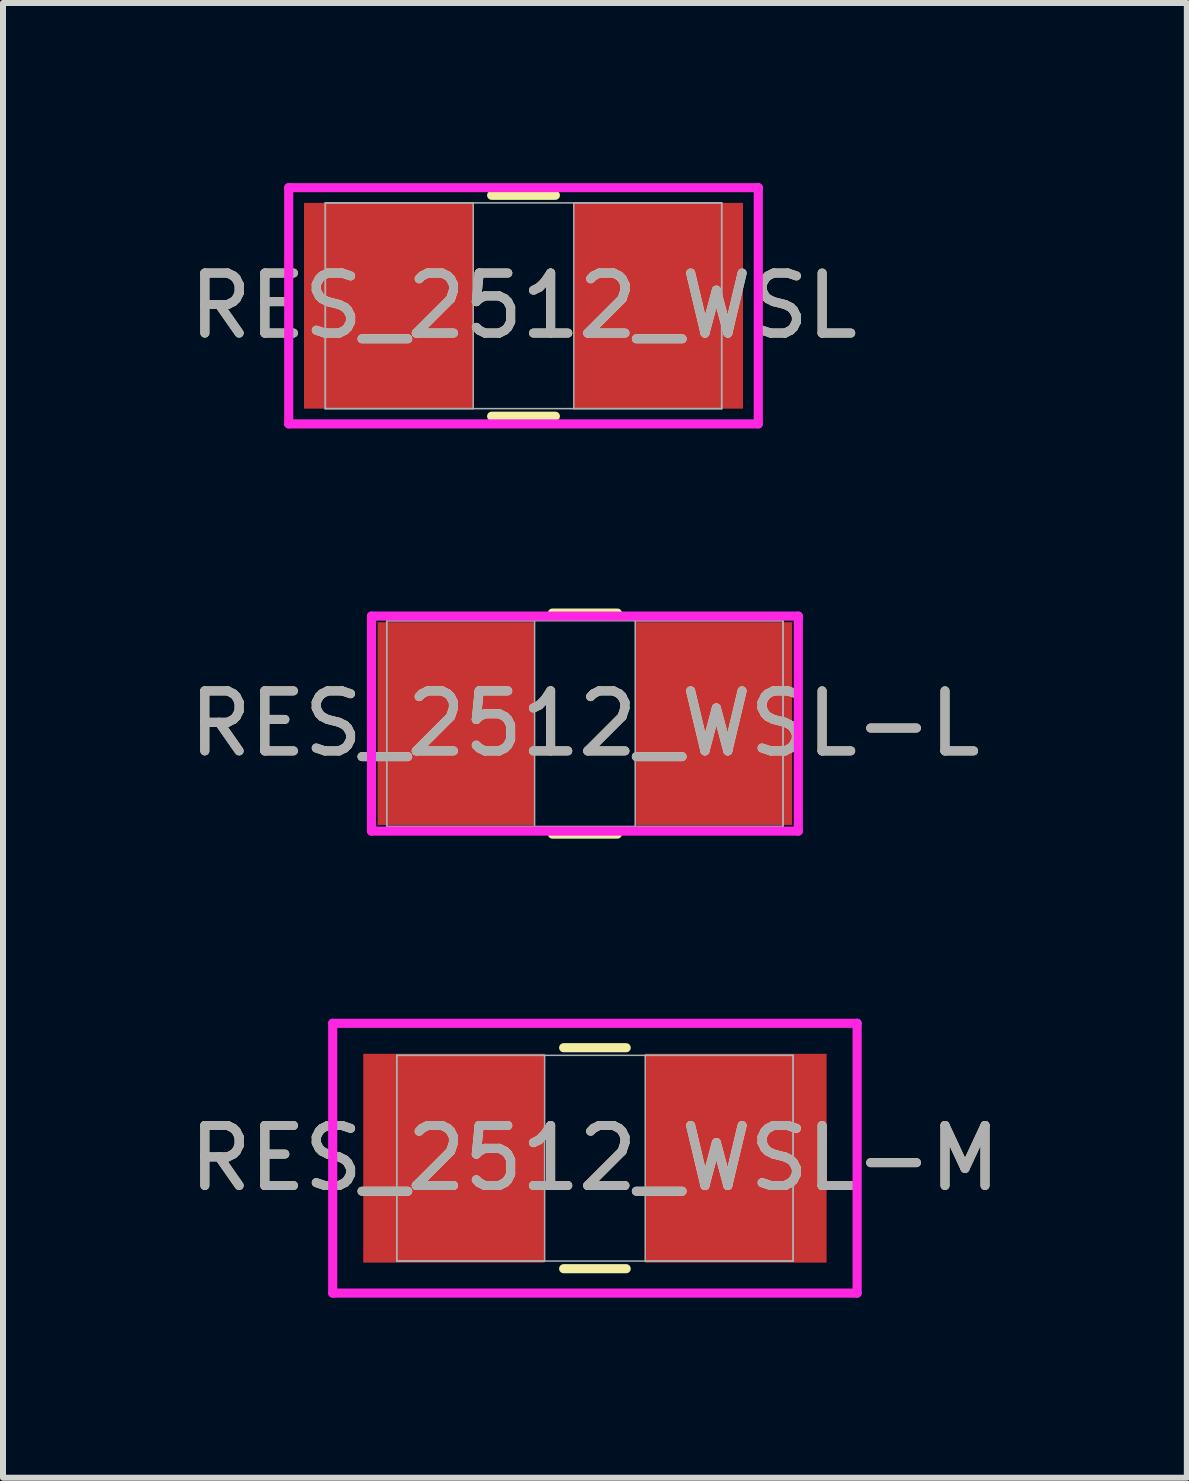
<source format=kicad_pcb>
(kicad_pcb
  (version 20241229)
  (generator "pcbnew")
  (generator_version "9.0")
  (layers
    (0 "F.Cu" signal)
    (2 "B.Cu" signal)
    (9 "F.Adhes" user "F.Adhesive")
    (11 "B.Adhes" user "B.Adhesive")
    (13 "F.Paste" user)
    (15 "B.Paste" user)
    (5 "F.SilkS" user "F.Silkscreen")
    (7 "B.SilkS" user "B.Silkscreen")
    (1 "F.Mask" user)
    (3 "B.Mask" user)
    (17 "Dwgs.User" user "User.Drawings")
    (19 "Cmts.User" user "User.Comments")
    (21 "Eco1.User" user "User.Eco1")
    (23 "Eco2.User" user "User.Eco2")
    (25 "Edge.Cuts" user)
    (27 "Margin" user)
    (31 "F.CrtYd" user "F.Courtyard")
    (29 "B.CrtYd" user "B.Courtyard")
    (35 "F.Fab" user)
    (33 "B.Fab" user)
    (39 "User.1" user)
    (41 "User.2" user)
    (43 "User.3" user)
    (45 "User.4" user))
  (footprint "RES_2512_WSL-L"
    (layer "F.Cu")
    (at 6.696 9.007)
    (property "Reference" "RES_2512_WSL-L" (at 0 0 0) (unlocked yes) (layer "F.SilkS") (effects (font (size 1 1) (thickness 0.15))))
    (attr smd)
    (fp_line (start -0.542 1.841) (end 0.542 1.841) (stroke (width 0.152) (type solid)) (layer "F.SilkS"))
    (fp_line (start 0.542 -1.841) (end -0.542 -1.841) (stroke (width 0.152) (type solid)) (layer "F.SilkS"))
    (fp_line (start -3.556 -1.791) (end 3.556 -1.791) (stroke (width 0.152) (type solid)) (layer "F.CrtYd"))
    (fp_line (start -3.556 1.791) (end -3.556 -1.791) (stroke (width 0.152) (type solid)) (layer "F.CrtYd"))
    (fp_line (start 3.556 -1.791) (end 3.556 1.791) (stroke (width 0.152) (type solid)) (layer "F.CrtYd"))
    (fp_line (start 3.556 1.791) (end -3.556 1.791) (stroke (width 0.152) (type solid)) (layer "F.CrtYd"))
    (fp_line (start -3.302 -1.714) (end -3.302 1.714) (stroke (width 0.025) (type solid)) (layer "F.Fab"))
    (fp_line (start -3.302 -1.714) (end -3.302 1.714) (stroke (width 0.025) (type solid)) (layer "F.Fab"))
    (fp_line (start -3.302 1.714) (end -0.838 1.714) (stroke (width 0.025) (type solid)) (layer "F.Fab"))
    (fp_line (start -3.302 1.714) (end 3.302 1.714) (stroke (width 0.025) (type solid)) (layer "F.Fab"))
    (fp_line (start -0.838 -1.714) (end -3.302 -1.714) (stroke (width 0.025) (type solid)) (layer "F.Fab"))
    (fp_line (start -0.838 1.714) (end -0.838 -1.714) (stroke (width 0.025) (type solid)) (layer "F.Fab"))
    (fp_line (start 0.838 -1.714) (end 0.838 1.714) (stroke (width 0.025) (type solid)) (layer "F.Fab"))
    (fp_line (start 0.838 1.714) (end 3.302 1.714) (stroke (width 0.025) (type solid)) (layer "F.Fab"))
    (fp_line (start 3.302 -1.714) (end -3.302 -1.714) (stroke (width 0.025) (type solid)) (layer "F.Fab"))
    (fp_line (start 3.302 -1.714) (end 0.838 -1.714) (stroke (width 0.025) (type solid)) (layer "F.Fab"))
    (fp_line (start 3.302 1.714) (end 3.302 -1.714) (stroke (width 0.025) (type solid)) (layer "F.Fab"))
    (fp_line (start 3.302 1.714) (end 3.302 -1.714) (stroke (width 0.025) (type solid)) (layer "F.Fab"))
    (fp_text user "${REFERENCE}" (at 0 0 0) (unlocked yes) (layer "F.Fab") (effects (font (size 1 1) (thickness 0.15))))
    (pad "1" smd rect (at -2.146 0) (size 2.616 3.378) (layers "F.Cu" "F.Mask" "F.Paste"))
    (pad "2" smd rect (at 2.146 0) (size 2.616 3.378) (layers "F.Cu" "F.Mask" "F.Paste"))
    (zone (net_name "") (layer "F.Cu") (hatch full 0.508) (connect_pads) (min_thickness 0.254) (filled_areas_thickness no) (keepout (tracks not_allowed) (vias not_allowed) (pads allowed) (copperpour not_allowed) (footprints allowed)) (placement (enabled no)) (fill) (polygon (pts (xy 5.909 7.343) (xy 7.484 7.343) (xy 7.484 10.671) (xy 5.909 10.671)))))
  (footprint "RES_2512_WSL-M"
    (layer "F.Cu")
    (at 6.863 16.249)
    (property "Reference" "RES_2512_WSL-M" (at 0 0 0) (unlocked yes) (layer "F.SilkS") (effects (font (size 1 1) (thickness 0.15))))
    (attr smd)
    (fp_line (start -0.521 1.841) (end 0.521 1.841) (stroke (width 0.152) (type solid)) (layer "F.SilkS"))
    (fp_line (start 0.521 -1.841) (end -0.521 -1.841) (stroke (width 0.152) (type solid)) (layer "F.SilkS"))
    (fp_line (start -4.369 -2.248) (end 4.369 -2.248) (stroke (width 0.152) (type solid)) (layer "F.CrtYd"))
    (fp_line (start -4.369 2.248) (end -4.369 -2.248) (stroke (width 0.152) (type solid)) (layer "F.CrtYd"))
    (fp_line (start 4.369 -2.248) (end 4.369 2.248) (stroke (width 0.152) (type solid)) (layer "F.CrtYd"))
    (fp_line (start 4.369 2.248) (end -4.369 2.248) (stroke (width 0.152) (type solid)) (layer "F.CrtYd"))
    (fp_line (start -3.302 -1.714) (end -3.302 1.714) (stroke (width 0.025) (type solid)) (layer "F.Fab"))
    (fp_line (start -3.302 -1.714) (end -3.302 1.714) (stroke (width 0.025) (type solid)) (layer "F.Fab"))
    (fp_line (start -3.302 1.714) (end -0.838 1.714) (stroke (width 0.025) (type solid)) (layer "F.Fab"))
    (fp_line (start -3.302 1.714) (end 3.302 1.714) (stroke (width 0.025) (type solid)) (layer "F.Fab"))
    (fp_line (start -0.838 -1.714) (end -3.302 -1.714) (stroke (width 0.025) (type solid)) (layer "F.Fab"))
    (fp_line (start -0.838 1.714) (end -0.838 -1.714) (stroke (width 0.025) (type solid)) (layer "F.Fab"))
    (fp_line (start 0.838 -1.714) (end 0.838 1.714) (stroke (width 0.025) (type solid)) (layer "F.Fab"))
    (fp_line (start 0.838 1.714) (end 3.302 1.714) (stroke (width 0.025) (type solid)) (layer "F.Fab"))
    (fp_line (start 3.302 -1.714) (end -3.302 -1.714) (stroke (width 0.025) (type solid)) (layer "F.Fab"))
    (fp_line (start 3.302 -1.714) (end 0.838 -1.714) (stroke (width 0.025) (type solid)) (layer "F.Fab"))
    (fp_line (start 3.302 1.714) (end 3.302 -1.714) (stroke (width 0.025) (type solid)) (layer "F.Fab"))
    (fp_line (start 3.302 1.714) (end 3.302 -1.714) (stroke (width 0.025) (type solid)) (layer "F.Fab"))
    (fp_text user "${REFERENCE}" (at 0 0 0) (unlocked yes) (layer "F.Fab") (effects (font (size 1 1) (thickness 0.15))))
    (pad "1" smd rect (at -2.349 0) (size 3.023 3.48) (layers "F.Cu" "F.Mask" "F.Paste"))
    (pad "2" smd rect (at 2.349 0) (size 3.023 3.48) (layers "F.Cu" "F.Mask" "F.Paste"))
    (zone (net_name "") (layer "F.Cu") (hatch full 0.508) (connect_pads) (min_thickness 0.254) (filled_areas_thickness no) (keepout (tracks not_allowed) (vias not_allowed) (pads allowed) (copperpour not_allowed) (footprints allowed)) (placement (enabled no)) (fill) (polygon (pts (xy 6.076 14.585) (xy 7.65 14.585) (xy 7.65 17.913) (xy 6.076 17.913)))))
  (footprint "RES_2512_WSL"
    (layer "F.Cu")
    (at 5.673 2.045)
    (property "Reference" "RES_2512_WSL" (at 0 0 0) (unlocked yes) (layer "F.SilkS") (effects (font (size 1 1) (thickness 0.15))))
    (attr smd)
    (fp_line (start -0.531 1.841) (end 0.531 1.841) (stroke (width 0.152) (type solid)) (layer "F.SilkS"))
    (fp_line (start 0.531 -1.841) (end -0.531 -1.841) (stroke (width 0.152) (type solid)) (layer "F.SilkS"))
    (fp_line (start -3.912 -1.968) (end 3.912 -1.968) (stroke (width 0.152) (type solid)) (layer "F.CrtYd"))
    (fp_line (start -3.912 1.968) (end -3.912 -1.968) (stroke (width 0.152) (type solid)) (layer "F.CrtYd"))
    (fp_line (start 3.912 -1.968) (end 3.912 1.968) (stroke (width 0.152) (type solid)) (layer "F.CrtYd"))
    (fp_line (start 3.912 1.968) (end -3.912 1.968) (stroke (width 0.152) (type solid)) (layer "F.CrtYd"))
    (fp_line (start -3.302 -1.714) (end -3.302 1.714) (stroke (width 0.025) (type solid)) (layer "F.Fab"))
    (fp_line (start -3.302 -1.714) (end -3.302 1.714) (stroke (width 0.025) (type solid)) (layer "F.Fab"))
    (fp_line (start -3.302 1.714) (end -0.838 1.714) (stroke (width 0.025) (type solid)) (layer "F.Fab"))
    (fp_line (start -3.302 1.714) (end 3.302 1.714) (stroke (width 0.025) (type solid)) (layer "F.Fab"))
    (fp_line (start -0.838 -1.714) (end -3.302 -1.714) (stroke (width 0.025) (type solid)) (layer "F.Fab"))
    (fp_line (start -0.838 1.714) (end -0.838 -1.714) (stroke (width 0.025) (type solid)) (layer "F.Fab"))
    (fp_line (start 0.838 -1.714) (end 0.838 1.714) (stroke (width 0.025) (type solid)) (layer "F.Fab"))
    (fp_line (start 0.838 1.714) (end 3.302 1.714) (stroke (width 0.025) (type solid)) (layer "F.Fab"))
    (fp_line (start 3.302 -1.714) (end -3.302 -1.714) (stroke (width 0.025) (type solid)) (layer "F.Fab"))
    (fp_line (start 3.302 -1.714) (end 0.838 -1.714) (stroke (width 0.025) (type solid)) (layer "F.Fab"))
    (fp_line (start 3.302 1.714) (end 3.302 -1.714) (stroke (width 0.025) (type solid)) (layer "F.Fab"))
    (fp_line (start 3.302 1.714) (end 3.302 -1.714) (stroke (width 0.025) (type solid)) (layer "F.Fab"))
    (fp_text user "${REFERENCE}" (at 0 0 0) (unlocked yes) (layer "F.Fab") (effects (font (size 1 1) (thickness 0.15))))
    (pad "1" smd rect (at -2.248 0) (size 2.819 3.429) (layers "F.Cu" "F.Mask" "F.Paste"))
    (pad "2" smd rect (at 2.248 0) (size 2.819 3.429) (layers "F.Cu" "F.Mask" "F.Paste"))
    (zone (net_name "") (layer "F.Cu") (hatch full 0.508) (connect_pads) (min_thickness 0.254) (filled_areas_thickness no) (keepout (tracks not_allowed) (vias not_allowed) (pads allowed) (copperpour not_allowed) (footprints allowed)) (placement (enabled no)) (fill) (polygon (pts (xy 4.885 0.381) (xy 6.46 0.381) (xy 6.46 3.708) (xy 4.885 3.708)))))
  (gr_rect
    (start -3 -3)
    (end 16.726 21.573)
    (stroke (width 0.1) (type default))
    (fill no)
    (layer "Edge.Cuts")))
</source>
